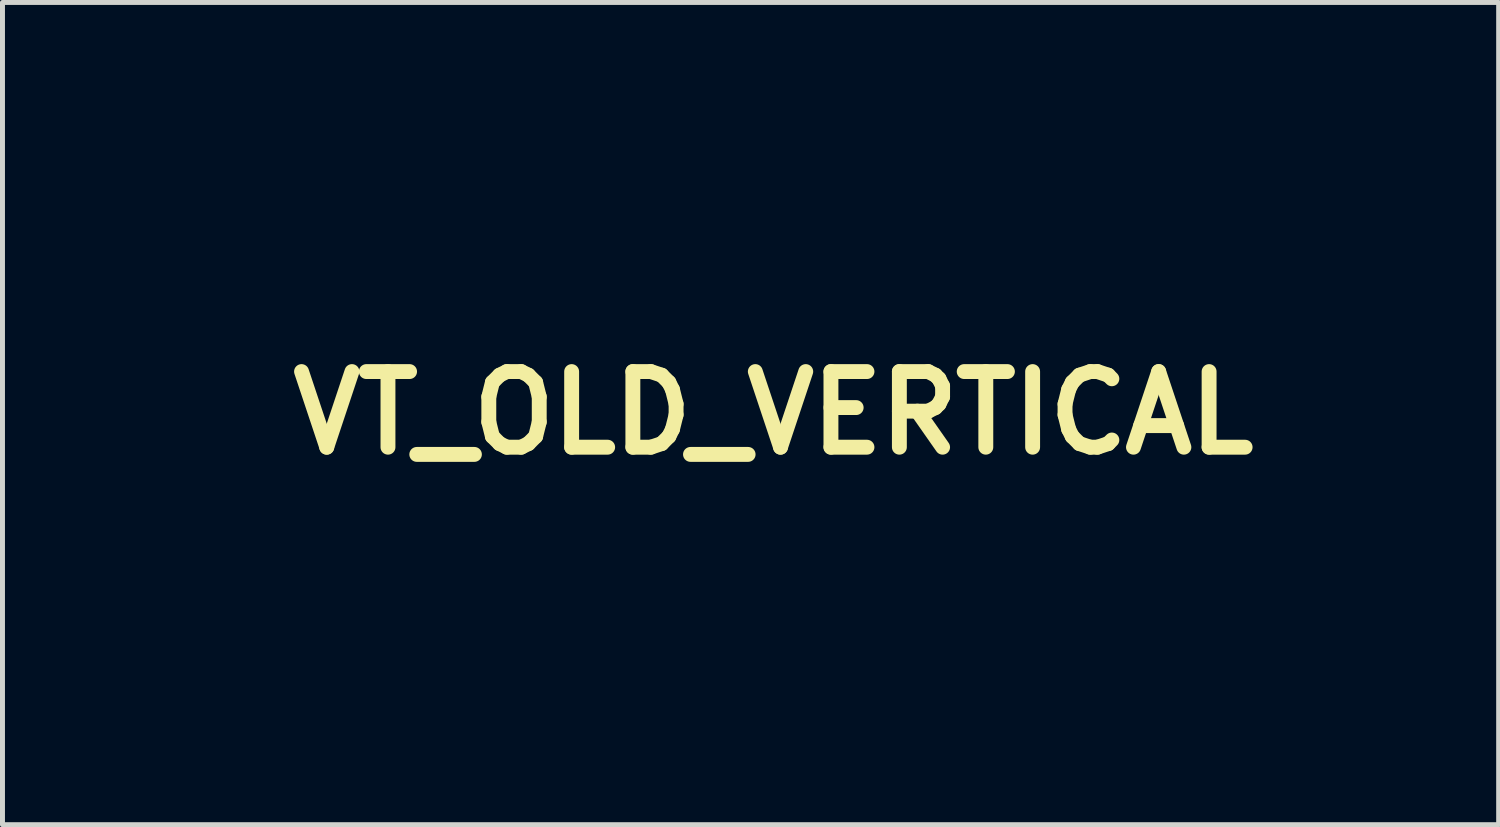
<source format=kicad_pcb>
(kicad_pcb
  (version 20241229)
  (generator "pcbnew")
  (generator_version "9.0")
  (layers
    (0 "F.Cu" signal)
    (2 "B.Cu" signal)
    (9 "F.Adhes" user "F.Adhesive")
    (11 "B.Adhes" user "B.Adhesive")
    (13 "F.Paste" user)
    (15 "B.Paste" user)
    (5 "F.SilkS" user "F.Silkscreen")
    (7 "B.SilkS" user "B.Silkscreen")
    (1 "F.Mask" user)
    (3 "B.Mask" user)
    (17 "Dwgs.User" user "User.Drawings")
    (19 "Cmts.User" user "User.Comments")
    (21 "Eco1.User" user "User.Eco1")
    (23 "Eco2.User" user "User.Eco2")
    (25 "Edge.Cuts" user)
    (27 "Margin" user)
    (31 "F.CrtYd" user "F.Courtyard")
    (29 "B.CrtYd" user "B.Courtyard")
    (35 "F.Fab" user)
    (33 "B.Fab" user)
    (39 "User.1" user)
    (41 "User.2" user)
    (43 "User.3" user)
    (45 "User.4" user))
  (footprint "VT_OLD_VERTICAL"
    (layer "F.Cu")
    (at 12.533 5.272)
    (property "Reference" "VT_OLD_VERTICAL" (at 0 0 0) (layer "F.SilkS") (effects (font (size 1.524 1.524) (thickness 0.3))))
    (attr through_hole)
    (fp_poly (pts (xy -0.898 3.654) (xy -0.9 3.755) (xy -0.917 3.777) (xy -1.014 3.803) (xy -1.081 3.747) (xy -1.13 3.643) (xy -1.086 3.591) (xy -0.976 3.581) (xy -0.898 3.654)) (stroke (width 0.01) (type solid)) (fill yes) (layer "F.Mask"))
    (fp_poly (pts (xy -0.88 3.227) (xy -0.871 3.27) (xy -0.924 3.329) (xy -1.034 3.329) (xy -1.122 3.271) (xy -1.113 3.178) (xy -1.09 3.158) (xy -0.969 3.148) (xy -0.88 3.227)) (stroke (width 0.01) (type solid)) (fill yes) (layer "F.Mask"))
    (fp_poly (pts (xy -8.545 -5.249) (xy -8.49 -5.145) (xy -8.504 -4.987) (xy -8.573 -4.842) (xy -8.631 -4.792) (xy -8.807 -4.724) (xy -8.899 -4.767) (xy -8.926 -4.93) (xy -8.926 -4.937) (xy -8.89 -5.122) (xy -8.763 -5.219) (xy -8.763 -5.219) (xy -8.616 -5.255) (xy -8.545 -5.249)) (stroke (width 0.01) (type solid)) (fill yes) (layer "F.Mask"))
    (fp_poly (pts (xy -3.901 -5.249) (xy -3.846 -5.145) (xy -3.859 -4.987) (xy -3.929 -4.842) (xy -3.987 -4.792) (xy -4.163 -4.724) (xy -4.255 -4.767) (xy -4.282 -4.93) (xy -4.282 -4.937) (xy -4.245 -5.122) (xy -4.119 -5.219) (xy -4.118 -5.219) (xy -3.971 -5.255) (xy -3.901 -5.249)) (stroke (width 0.01) (type solid)) (fill yes) (layer "F.Mask"))
    (fp_poly (pts (xy -0.066 -5.258) (xy -0.001 -5.146) (xy -0.03 -4.99) (xy -0.14 -4.846) (xy -0.161 -4.83) (xy -0.35 -4.729) (xy -0.463 -4.749) (xy -0.507 -4.893) (xy -0.508 -4.937) (xy -0.474 -5.116) (xy -0.348 -5.216) (xy -0.32 -5.227) (xy -0.16 -5.267) (xy -0.066 -5.258)) (stroke (width 0.01) (type solid)) (fill yes) (layer "F.Mask"))
    (fp_poly (pts (xy -3.83 -3.471) (xy -3.822 -3.064) (xy -3.811 -2.779) (xy -3.796 -2.595) (xy -3.77 -2.487) (xy -3.731 -2.434) (xy -3.675 -2.413) (xy -3.642 -2.407) (xy -3.512 -2.346) (xy -3.498 -2.262) (xy -3.539 -2.196) (xy -3.65 -2.154) (xy -3.86 -2.129) (xy -4.04 -2.12) (xy -4.3 -2.117) (xy -4.499 -2.13) (xy -4.595 -2.157) (xy -4.597 -2.159) (xy -4.595 -2.273) (xy -4.482 -2.382) (xy -4.409 -2.416) (xy -4.35 -2.456) (xy -4.312 -2.543) (xy -4.291 -2.703) (xy -4.283 -2.964) (xy -4.282 -3.185) (xy -4.286 -3.577) (xy -4.302 -3.846) (xy -4.335 -4.014) (xy -4.391 -4.103) (xy -4.473 -4.135) (xy -4.507 -4.137) (xy -4.621 -4.165) (xy -4.645 -4.2) (xy -4.575 -4.318) (xy -4.373 -4.412) (xy -4.157 -4.461) (xy -3.85 -4.512) (xy -3.83 -3.471)) (stroke (width 0.01) (type solid)) (fill yes) (layer "F.Mask"))
    (fp_poly (pts (xy -0.074 -4.463) (xy -0.068 -4.279) (xy -0.066 -4.004) (xy -0.067 -3.663) (xy -0.068 -3.589) (xy -0.07 -3.143) (xy -0.062 -2.822) (xy -0.04 -2.606) (xy 0.000419 -2.476) (xy 0.062 -2.413) (xy 0.148 -2.395) (xy 0.153 -2.395) (xy 0.269 -2.34) (xy 0.29 -2.25) (xy 0.277 -2.176) (xy 0.219 -2.132) (xy 0.084 -2.111) (xy -0.156 -2.105) (xy -0.254 -2.105) (xy -0.54 -2.11) (xy -0.708 -2.13) (xy -0.784 -2.17) (xy -0.798 -2.216) (xy -0.739 -2.332) (xy -0.671 -2.374) (xy -0.565 -2.428) (xy -0.497 -2.515) (xy -0.458 -2.665) (xy -0.441 -2.905) (xy -0.437 -3.216) (xy -0.449 -3.63) (xy -0.492 -3.913) (xy -0.567 -4.078) (xy -0.679 -4.136) (xy -0.692 -4.137) (xy -0.789 -4.175) (xy -0.789 -4.261) (xy -0.706 -4.351) (xy -0.599 -4.396) (xy -0.083 -4.528) (xy -0.074 -4.463)) (stroke (width 0.01) (type solid)) (fill yes) (layer "F.Mask"))
    (fp_poly (pts (xy 8.508 -0.566) (xy 8.732 -0.547) (xy 8.849 -0.51) (xy 8.898 -0.433) (xy 8.913 -0.349) (xy 8.918 -0.22) (xy 8.867 -0.183) (xy 8.721 -0.214) (xy 8.695 -0.222) (xy 8.343 -0.285) (xy 8.061 -0.26) (xy 7.883 -0.155) (xy 7.785 0.034) (xy 7.725 0.311) (xy 7.709 0.619) (xy 7.744 0.906) (xy 7.763 0.972) (xy 7.893 1.229) (xy 8.091 1.382) (xy 8.379 1.442) (xy 8.598 1.44) (xy 8.833 1.433) (xy 8.957 1.454) (xy 8.998 1.51) (xy 8.999 1.528) (xy 8.951 1.676) (xy 8.912 1.727) (xy 8.781 1.781) (xy 8.557 1.804) (xy 8.292 1.798) (xy 8.034 1.76) (xy 7.957 1.74) (xy 7.657 1.582) (xy 7.439 1.333) (xy 7.306 1.02) (xy 7.258 0.673) (xy 7.297 0.321) (xy 7.425 -0.008) (xy 7.643 -0.286) (xy 7.836 -0.426) (xy 8.095 -0.536) (xy 8.374 -0.57) (xy 8.508 -0.566)) (stroke (width 0.01) (type solid)) (fill yes) (layer "F.Mask"))
    (fp_poly (pts (xy -8.542 -4.472) (xy -8.514 -4.405) (xy -8.498 -4.266) (xy -8.492 -4.032) (xy -8.491 -3.68) (xy -8.491 -3.57) (xy -8.488 -3.13) (xy -8.478 -2.815) (xy -8.456 -2.604) (xy -8.418 -2.477) (xy -8.36 -2.414) (xy -8.279 -2.395) (xy -8.26 -2.395) (xy -8.15 -2.352) (xy -8.142 -2.268) (xy -8.179 -2.199) (xy -8.28 -2.156) (xy -8.475 -2.131) (xy -8.691 -2.12) (xy -8.967 -2.113) (xy -9.127 -2.125) (xy -9.2 -2.16) (xy -9.217 -2.217) (xy -9.156 -2.329) (xy -9.069 -2.374) (xy -9.006 -2.4) (xy -8.965 -2.453) (xy -8.943 -2.561) (xy -8.935 -2.749) (xy -8.937 -3.042) (xy -8.942 -3.253) (xy -8.952 -3.613) (xy -8.965 -3.854) (xy -8.987 -4.001) (xy -9.022 -4.081) (xy -9.078 -4.119) (xy -9.137 -4.135) (xy -9.258 -4.174) (xy -9.25 -4.234) (xy -9.186 -4.302) (xy -9.04 -4.401) (xy -8.939 -4.428) (xy -8.77 -4.447) (xy -8.654 -4.473) (xy -8.588 -4.487) (xy -8.542 -4.472)) (stroke (width 0.01) (type solid)) (fill yes) (layer "F.Mask"))
    (fp_poly (pts (xy 5.733 -1.098) (xy 5.719 -0.82) (xy 5.675 -0.668) (xy 5.631 -0.63) (xy 5.506 -0.625) (xy 5.449 -0.741) (xy 5.443 -0.835) (xy 5.378 -1.037) (xy 5.198 -1.174) (xy 4.922 -1.233) (xy 4.875 -1.234) (xy 4.572 -1.234) (xy 4.579 -0.091) (xy 4.584 0.41) (xy 4.595 0.785) (xy 4.616 1.055) (xy 4.652 1.239) (xy 4.706 1.357) (xy 4.783 1.429) (xy 4.888 1.475) (xy 4.919 1.485) (xy 5.077 1.557) (xy 5.152 1.64) (xy 5.153 1.648) (xy 5.115 1.691) (xy 4.992 1.72) (xy 4.762 1.736) (xy 4.41 1.742) (xy 4.348 1.742) (xy 3.975 1.737) (xy 3.731 1.722) (xy 3.602 1.695) (xy 3.573 1.655) (xy 3.573 1.655) (xy 3.658 1.575) (xy 3.809 1.513) (xy 3.979 1.443) (xy 4.075 1.364) (xy 4.094 1.263) (xy 4.111 1.043) (xy 4.125 0.73) (xy 4.133 0.348) (xy 4.135 0.018) (xy 4.137 -1.234) (xy 3.814 -1.234) (xy 3.531 -1.183) (xy 3.343 -1.04) (xy 3.267 -0.82) (xy 3.266 -0.79) (xy 3.219 -0.675) (xy 3.12 -0.619) (xy 3.026 -0.647) (xy 3.005 -0.681) (xy 2.987 -0.808) (xy 2.985 -1.018) (xy 2.99 -1.133) (xy 3.012 -1.488) (xy 5.733 -1.527) (xy 5.733 -1.098)) (stroke (width 0.01) (type solid)) (fill yes) (layer "F.Mask"))
    (fp_poly (pts (xy 6.622 -0.529) (xy 6.892 -0.37) (xy 7.072 -0.099) (xy 7.156 0.213) (xy 7.203 0.508) (xy 5.661 0.508) (xy 5.661 0.768) (xy 5.702 1) (xy 5.844 1.209) (xy 5.882 1.249) (xy 6.007 1.365) (xy 6.119 1.428) (xy 6.265 1.45) (xy 6.491 1.442) (xy 6.61 1.434) (xy 6.873 1.418) (xy 7.02 1.42) (xy 7.08 1.449) (xy 7.08 1.512) (xy 7.069 1.552) (xy 7.037 1.653) (xy 6.996 1.713) (xy 6.911 1.745) (xy 6.746 1.764) (xy 6.524 1.782) (xy 6.129 1.785) (xy 5.85 1.722) (xy 5.836 1.716) (xy 5.536 1.512) (xy 5.333 1.236) (xy 5.222 0.913) (xy 5.199 0.57) (xy 5.258 0.23) (xy 5.296 0.144) (xy 5.661 0.144) (xy 5.686 0.25) (xy 5.79 0.272) (xy 5.86 0.262) (xy 6.065 0.24) (xy 6.317 0.225) (xy 6.368 0.224) (xy 6.563 0.211) (xy 6.653 0.166) (xy 6.676 0.067) (xy 6.677 0.045) (xy 6.612 -0.128) (xy 6.451 -0.275) (xy 6.241 -0.357) (xy 6.168 -0.363) (xy 5.993 -0.303) (xy 5.818 -0.158) (xy 5.692 0.022) (xy 5.661 0.144) (xy 5.296 0.144) (xy 5.396 -0.08) (xy 5.608 -0.335) (xy 5.888 -0.511) (xy 6.233 -0.58) (xy 6.256 -0.58) (xy 6.622 -0.529)) (stroke (width 0.01) (type solid)) (fill yes) (layer "F.Mask"))
    (fp_poly (pts (xy 1.521 -4.525) (xy 1.784 -4.458) (xy 1.976 -4.35) (xy 2.033 -4.281) (xy 2.061 -4.157) (xy 2.084 -3.923) (xy 2.1 -3.613) (xy 2.105 -3.3) (xy 2.106 -2.937) (xy 2.114 -2.694) (xy 2.132 -2.545) (xy 2.166 -2.464) (xy 2.218 -2.426) (xy 2.253 -2.415) (xy 2.381 -2.347) (xy 2.386 -2.259) (xy 2.287 -2.176) (xy 2.1 -2.124) (xy 2.05 -2.119) (xy 1.838 -2.12) (xy 1.741 -2.178) (xy 1.73 -2.312) (xy 1.735 -2.347) (xy 1.692 -2.352) (xy 1.572 -2.285) (xy 1.544 -2.267) (xy 1.222 -2.112) (xy 0.892 -2.082) (xy 0.835 -2.091) (xy 0.604 -2.2) (xy 0.433 -2.4) (xy 0.363 -2.64) (xy 0.363 -2.648) (xy 0.383 -2.725) (xy 0.798 -2.725) (xy 0.855 -2.53) (xy 0.999 -2.419) (xy 1.197 -2.4) (xy 1.41 -2.481) (xy 1.501 -2.553) (xy 1.613 -2.699) (xy 1.662 -2.894) (xy 1.669 -3.062) (xy 1.669 -3.414) (xy 1.361 -3.259) (xy 1.06 -3.089) (xy 0.881 -2.938) (xy 0.804 -2.787) (xy 0.798 -2.725) (xy 0.383 -2.725) (xy 0.425 -2.886) (xy 0.615 -3.108) (xy 0.941 -3.321) (xy 1.216 -3.452) (xy 1.459 -3.563) (xy 1.596 -3.651) (xy 1.656 -3.742) (xy 1.669 -3.853) (xy 1.625 -4.04) (xy 1.485 -4.151) (xy 1.236 -4.19) (xy 0.936 -4.172) (xy 0.684 -4.148) (xy 0.553 -4.157) (xy 0.521 -4.212) (xy 0.564 -4.322) (xy 0.579 -4.35) (xy 0.714 -4.465) (xy 0.944 -4.53) (xy 1.227 -4.55) (xy 1.521 -4.525)) (stroke (width 0.01) (type solid)) (fill yes) (layer "F.Mask"))
    (fp_poly (pts (xy -9.486 -5.219) (xy -9.271 -5.203) (xy -9.155 -5.18) (xy -9.144 -5.169) (xy -9.171 -5.081) (xy -9.241 -4.894) (xy -9.342 -4.646) (xy -9.374 -4.571) (xy -9.478 -4.313) (xy -9.613 -3.956) (xy -9.768 -3.536) (xy -9.927 -3.092) (xy -10.019 -2.83) (xy -10.433 -1.633) (xy -10.696 -1.61) (xy -10.879 -1.61) (xy -10.976 -1.671) (xy -11.034 -1.792) (xy -11.096 -1.962) (xy -11.189 -2.215) (xy -11.291 -2.496) (xy -11.294 -2.504) (xy -11.527 -3.138) (xy -11.722 -3.648) (xy -11.885 -4.051) (xy -12.022 -4.36) (xy -12.141 -4.591) (xy -12.249 -4.758) (xy -12.352 -4.875) (xy -12.389 -4.909) (xy -12.507 -5.029) (xy -12.528 -5.116) (xy -12.439 -5.174) (xy -12.232 -5.209) (xy -11.895 -5.224) (xy -11.68 -5.225) (xy -11.322 -5.222) (xy -11.086 -5.21) (xy -10.951 -5.186) (xy -10.893 -5.148) (xy -10.886 -5.12) (xy -10.952 -5.032) (xy -11.127 -4.969) (xy -11.137 -4.967) (xy -11.309 -4.927) (xy -11.424 -4.87) (xy -11.484 -4.776) (xy -11.49 -4.623) (xy -11.443 -4.392) (xy -11.344 -4.062) (xy -11.218 -3.679) (xy -11.086 -3.291) (xy -10.96 -2.929) (xy -10.85 -2.627) (xy -10.77 -2.417) (xy -10.751 -2.372) (xy -10.63 -2.095) (xy -10.205 -3.358) (xy -10.052 -3.819) (xy -9.944 -4.164) (xy -9.875 -4.412) (xy -9.842 -4.583) (xy -9.839 -4.698) (xy -9.862 -4.775) (xy -9.864 -4.778) (xy -9.968 -4.903) (xy -10.054 -4.944) (xy -10.214 -4.959) (xy -10.25 -4.962) (xy -10.338 -5.031) (xy -10.364 -5.098) (xy -10.361 -5.16) (xy -10.305 -5.198) (xy -10.171 -5.217) (xy -9.931 -5.225) (xy -9.766 -5.225) (xy -9.486 -5.219)) (stroke (width 0.01) (type solid)) (fill yes) (layer "F.Mask"))
    (fp_poly (pts (xy -1.616 -4.494) (xy -1.436 -4.418) (xy -1.31 -4.311) (xy -1.229 -4.15) (xy -1.183 -3.91) (xy -1.164 -3.565) (xy -1.161 -3.279) (xy -1.159 -2.922) (xy -1.151 -2.683) (xy -1.132 -2.538) (xy -1.098 -2.461) (xy -1.043 -2.424) (xy -1.012 -2.415) (xy -0.899 -2.335) (xy -0.886 -2.258) (xy -0.963 -2.19) (xy -1.135 -2.14) (xy -1.36 -2.111) (xy -1.597 -2.105) (xy -1.802 -2.124) (xy -1.933 -2.17) (xy -1.959 -2.213) (xy -1.9 -2.331) (xy -1.832 -2.374) (xy -1.728 -2.427) (xy -1.659 -2.513) (xy -1.62 -2.66) (xy -1.602 -2.897) (xy -1.598 -3.234) (xy -1.607 -3.62) (xy -1.644 -3.885) (xy -1.719 -4.048) (xy -1.844 -4.133) (xy -2.029 -4.16) (xy -2.069 -4.161) (xy -2.333 -4.101) (xy -2.523 -3.919) (xy -2.639 -3.616) (xy -2.681 -3.188) (xy -2.672 -2.874) (xy -2.641 -2.634) (xy -2.563 -2.491) (xy -2.405 -2.4) (xy -2.296 -2.363) (xy -2.205 -2.31) (xy -2.244 -2.22) (xy -2.25 -2.213) (xy -2.365 -2.153) (xy -2.564 -2.114) (xy -2.807 -2.097) (xy -3.053 -2.101) (xy -3.26 -2.127) (xy -3.389 -2.174) (xy -3.411 -2.211) (xy -3.353 -2.326) (xy -3.266 -2.395) (xy -3.199 -2.445) (xy -3.156 -2.527) (xy -3.132 -2.672) (xy -3.122 -2.909) (xy -3.121 -3.19) (xy -3.125 -3.586) (xy -3.142 -3.857) (xy -3.176 -4.026) (xy -3.229 -4.112) (xy -3.308 -4.137) (xy -3.31 -4.137) (xy -3.409 -4.168) (xy -3.402 -4.244) (xy -3.306 -4.335) (xy -3.14 -4.412) (xy -3.13 -4.415) (xy -2.89 -4.48) (xy -2.755 -4.486) (xy -2.697 -4.427) (xy -2.685 -4.305) (xy -2.685 -4.111) (xy -2.515 -4.271) (xy -2.228 -4.456) (xy -1.9 -4.53) (xy -1.616 -4.494)) (stroke (width 0.01) (type solid)) (fill yes) (layer "F.Mask"))
    (fp_poly (pts (xy 9.783 -1.819) (xy 9.791 -1.635) (xy 9.795 -1.363) (xy 9.797 -1.054) (xy 9.797 -0.222) (xy 10.061 -0.401) (xy 10.375 -0.549) (xy 10.685 -0.579) (xy 10.958 -0.491) (xy 11.07 -0.402) (xy 11.152 -0.311) (xy 11.204 -0.209) (xy 11.233 -0.065) (xy 11.246 0.156) (xy 11.249 0.487) (xy 11.249 0.509) (xy 11.259 0.94) (xy 11.294 1.242) (xy 11.355 1.428) (xy 11.448 1.514) (xy 11.505 1.524) (xy 11.599 1.582) (xy 11.611 1.633) (xy 11.584 1.689) (xy 11.485 1.722) (xy 11.288 1.738) (xy 11.031 1.742) (xy 10.71 1.732) (xy 10.513 1.704) (xy 10.45 1.662) (xy 10.511 1.583) (xy 10.601 1.544) (xy 10.735 1.462) (xy 10.823 1.289) (xy 10.872 1.006) (xy 10.886 0.628) (xy 10.864 0.246) (xy 10.795 -0.012) (xy 10.67 -0.161) (xy 10.482 -0.217) (xy 10.441 -0.218) (xy 10.181 -0.176) (xy 9.994 -0.043) (xy 9.873 0.195) (xy 9.81 0.548) (xy 9.798 0.884) (xy 9.831 1.221) (xy 9.931 1.435) (xy 10.095 1.522) (xy 10.129 1.524) (xy 10.221 1.582) (xy 10.233 1.633) (xy 10.205 1.689) (xy 10.106 1.722) (xy 9.909 1.738) (xy 9.652 1.742) (xy 9.348 1.736) (xy 9.166 1.715) (xy 9.083 1.675) (xy 9.071 1.641) (xy 9.132 1.544) (xy 9.217 1.503) (xy 9.266 1.483) (xy 9.303 1.441) (xy 9.329 1.358) (xy 9.346 1.213) (xy 9.356 0.988) (xy 9.36 0.663) (xy 9.362 0.218) (xy 9.362 0.041) (xy 9.362 -1.382) (xy 9.149 -1.425) (xy 8.997 -1.484) (xy 8.98 -1.566) (xy 9.09 -1.661) (xy 9.32 -1.758) (xy 9.382 -1.777) (xy 9.593 -1.839) (xy 9.737 -1.878) (xy 9.774 -1.887) (xy 9.783 -1.819)) (stroke (width 0.01) (type solid)) (fill yes) (layer "F.Mask"))
    (fp_poly (pts (xy -0.342 -1.507) (xy 2.359 -1.488) (xy 2.397 2.395) (xy 1.669 2.395) (xy 1.669 -1.306) (xy 0.943 -1.306) (xy 0.943 2.395) (xy -1.669 2.395) (xy -1.669 -1.161) (xy -1.524 -1.161) (xy -1.524 2.322) (xy -1.161 2.322) (xy -1.161 0.508) (xy -1.016 0.508) (xy -1.013 1.075) (xy -1.002 1.505) (xy -0.983 1.803) (xy -0.955 1.977) (xy -0.918 2.034) (xy -0.87 1.98) (xy -0.842 1.917) (xy -0.828 1.814) (xy -0.435 1.814) (xy -0.38 1.885) (xy -0.363 1.887) (xy -0.292 1.832) (xy -0.29 1.814) (xy -0.346 1.744) (xy -0.363 1.742) (xy -0.433 1.797) (xy -0.435 1.814) (xy -0.828 1.814) (xy -0.827 1.804) (xy -0.815 1.575) (xy -0.806 1.26) (xy -0.801 0.888) (xy -0.799 0.508) (xy -0.695 0.508) (xy -0.694 0.891) (xy -0.691 1.17) (xy -0.687 1.336) (xy -0.681 1.38) (xy -0.675 1.292) (xy -0.672 1.216) (xy -0.663 0.794) (xy -0.663 0.508) (xy -0.042 0.508) (xy -0.041 0.891) (xy -0.038 1.17) (xy -0.034 1.336) (xy -0.028 1.38) (xy -0.021 1.292) (xy -0.018 1.216) (xy -0.01 0.794) (xy -0.01 0.508) (xy 0.073 0.508) (xy 0.074 1.022) (xy 0.078 1.409) (xy 0.087 1.685) (xy 0.102 1.868) (xy 0.124 1.975) (xy 0.154 2.024) (xy 0.181 2.032) (xy 0.218 2.015) (xy 0.246 1.951) (xy 0.266 1.824) (xy 0.279 1.615) (xy 0.286 1.309) (xy 0.29 0.886) (xy 0.29 0.508) (xy 0.289 -0.006) (xy 0.284 -0.393) (xy 0.275 -0.669) (xy 0.261 -0.852) (xy 0.239 -0.959) (xy 0.208 -1.008) (xy 0.181 -1.016) (xy 0.145 -0.999) (xy 0.117 -0.935) (xy 0.097 -0.808) (xy 0.084 -0.599) (xy 0.077 -0.293) (xy 0.073 0.13) (xy 0.073 0.508) (xy -0.01 0.508) (xy -0.009 0.317) (xy -0.016 -0.123) (xy -0.018 -0.2) (xy -0.025 -0.344) (xy -0.032 -0.354) (xy -0.037 -0.236) (xy -0.04 -0.002) (xy -0.042 0.34) (xy -0.042 0.508) (xy -0.663 0.508) (xy -0.662 0.317) (xy -0.669 -0.123) (xy -0.672 -0.2) (xy -0.679 -0.344) (xy -0.685 -0.354) (xy -0.69 -0.236) (xy -0.693 -0.002) (xy -0.695 0.34) (xy -0.695 0.508) (xy -0.799 0.508) (xy -0.799 0.487) (xy -0.801 0.089) (xy -0.807 -0.279) (xy -0.816 -0.587) (xy -0.828 -0.805) (xy -0.842 -0.901) (xy -0.896 -1.005) (xy -0.939 -1.002) (xy -0.971 -0.885) (xy -0.994 -0.648) (xy -1.009 -0.282) (xy -1.015 0.219) (xy -1.016 0.508) (xy -1.161 0.508) (xy -1.161 -1.161) (xy 0.435 -1.161) (xy 0.435 2.322) (xy 0.798 2.322) (xy 0.798 -1.161) (xy 0.435 -1.161) (xy -1.161 -1.161) (xy -1.524 -1.161) (xy -1.669 -1.161) (xy -1.669 -1.306) (xy -2.395 -1.306) (xy -2.395 2.395) (xy -2.74 2.395) (xy -3.084 2.395) (xy -3.064 0.435) (xy -3.043 -1.526) (xy -0.342 -1.507)) (stroke (width 0.01) (type solid)) (fill yes) (layer "F.Mask"))
    (fp_poly (pts (xy 2.38 3.145) (xy 2.388 3.452) (xy 2.376 3.692) (xy 2.328 3.883) (xy 2.227 4.043) (xy 2.058 4.189) (xy 1.805 4.34) (xy 1.452 4.514) (xy 0.983 4.727) (xy 0.955 4.74) (xy 0.559 4.915) (xy 0.205 5.068) (xy -0.084 5.187) (xy -0.286 5.265) (xy -0.378 5.292) (xy -0.493 5.259) (xy -0.687 5.183) (xy -0.835 5.118) (xy -1.045 5.022) (xy -1.346 4.886) (xy -1.699 4.727) (xy -2.054 4.567) (xy -2.383 4.413) (xy -2.666 4.266) (xy -2.873 4.142) (xy -2.978 4.058) (xy -2.982 4.051) (xy -3.012 3.922) (xy -3.03 3.689) (xy -3.035 3.393) (xy -3.033 3.258) (xy -3.03 3.162) (xy -2.54 3.162) (xy -2.49 3.228) (xy -2.431 3.219) (xy -2.368 3.221) (xy -2.335 3.305) (xy -2.323 3.498) (xy -2.322 3.582) (xy -2.315 3.814) (xy -2.289 3.928) (xy -2.236 3.952) (xy -2.213 3.945) (xy -2.149 3.877) (xy -2.115 3.717) (xy -2.112 3.633) (xy -1.374 3.633) (xy -1.355 3.786) (xy -1.259 3.909) (xy -1.252 3.913) (xy -1.015 3.985) (xy -0.796 3.914) (xy -0.778 3.901) (xy -0.705 3.766) (xy -0.677 3.521) (xy -0.694 3.196) (xy -0.71 3.077) (xy -0.101 3.077) (xy -0.099 3.084) (xy -0.002 3.169) (xy 0.117 3.193) (xy 0.234 3.199) (xy 0.278 3.239) (xy 0.249 3.344) (xy 0.151 3.544) (xy 0.145 3.556) (xy 0.044 3.762) (xy 0.009 3.87) (xy 0.036 3.912) (xy 0.108 3.919) (xy 0.197 3.859) (xy 0.2 3.855) (xy 1.161 3.855) (xy 1.224 3.903) (xy 1.371 3.939) (xy 1.542 3.955) (xy 1.657 3.944) (xy 1.793 3.92) (xy 1.82 3.919) (xy 1.885 3.863) (xy 1.887 3.846) (xy 1.824 3.793) (xy 1.693 3.774) (xy 1.499 3.774) (xy 1.662 3.6) (xy 1.792 3.374) (xy 1.802 3.219) (xy 1.771 3.084) (xy 1.692 3.025) (xy 1.517 3.012) (xy 1.494 3.012) (xy 1.287 3.036) (xy 1.181 3.1) (xy 1.177 3.108) (xy 1.203 3.183) (xy 1.28 3.191) (xy 1.502 3.193) (xy 1.594 3.259) (xy 1.556 3.389) (xy 1.388 3.583) (xy 1.379 3.592) (xy 1.243 3.734) (xy 1.167 3.837) (xy 1.161 3.855) (xy 0.2 3.855) (xy 0.315 3.704) (xy 0.398 3.558) (xy 0.527 3.285) (xy 0.575 3.113) (xy 0.533 3.02) (xy 0.396 2.982) (xy 0.22 2.975) (xy 0.005 2.984) (xy -0.093 3.015) (xy -0.101 3.077) (xy -0.71 3.077) (xy -0.717 3.03) (xy -0.787 2.993) (xy -0.947 2.976) (xy -0.971 2.975) (xy -1.203 3.015) (xy -1.329 3.121) (xy -1.333 3.279) (xy -1.311 3.329) (xy -1.273 3.473) (xy -1.306 3.52) (xy -1.374 3.633) (xy -2.112 3.633) (xy -2.105 3.44) (xy -2.105 3.439) (xy -2.113 3.173) (xy -2.142 3.027) (xy -2.196 2.976) (xy -2.207 2.975) (xy -2.402 3.012) (xy -2.522 3.103) (xy -2.54 3.162) (xy -3.03 3.162) (xy -3.012 2.598) (xy 2.359 2.598) (xy 2.38 3.145)) (stroke (width 0.01) (type solid)) (fill yes) (layer "F.Mask"))
    (fp_poly (pts (xy -6.479 -4.544) (xy -6.485 -4.467) (xy -6.533 -4.315) (xy -6.534 -4.31) (xy -6.614 -4.1) (xy -6.396 -4.309) (xy -6.208 -4.453) (xy -6.005 -4.507) (xy -5.865 -4.51) (xy -5.615 -4.505) (xy -5.302 -4.501) (xy -5.091 -4.499) (xy -4.84 -4.492) (xy -4.707 -4.47) (xy -4.665 -4.426) (xy -4.674 -4.383) (xy -4.712 -4.268) (xy -4.717 -4.239) (xy -4.779 -4.216) (xy -4.886 -4.209) (xy -4.984 -4.198) (xy -5.03 -4.142) (xy -5.038 -4.004) (xy -5.028 -3.828) (xy -5.027 -3.543) (xy -5.084 -3.328) (xy -5.15 -3.207) (xy -5.368 -2.979) (xy -5.665 -2.818) (xy -5.977 -2.758) (xy -6.123 -2.717) (xy -6.208 -2.623) (xy -6.196 -2.52) (xy -6.188 -2.511) (xy -6.099 -2.49) (xy -5.904 -2.475) (xy -5.64 -2.468) (xy -5.573 -2.467) (xy -5.277 -2.463) (xy -5.085 -2.442) (xy -4.955 -2.396) (xy -4.847 -2.313) (xy -4.814 -2.281) (xy -4.686 -2.118) (xy -4.656 -1.947) (xy -4.669 -1.835) (xy -4.788 -1.53) (xy -5.018 -1.281) (xy -5.335 -1.101) (xy -5.711 -1.004) (xy -6.12 -1.003) (xy -6.274 -1.029) (xy -6.568 -1.129) (xy -6.742 -1.282) (xy -6.816 -1.513) (xy -6.822 -1.633) (xy -6.807 -1.742) (xy -6.453 -1.742) (xy -6.356 -1.531) (xy -6.339 -1.512) (xy -6.187 -1.43) (xy -5.945 -1.385) (xy -5.664 -1.379) (xy -5.395 -1.415) (xy -5.225 -1.472) (xy -5.073 -1.609) (xy -5.017 -1.786) (xy -5.067 -1.953) (xy -5.123 -2.01) (xy -5.271 -2.066) (xy -5.5 -2.1) (xy -5.769 -2.111) (xy -6.035 -2.1) (xy -6.257 -2.068) (xy -6.394 -2.016) (xy -6.415 -1.99) (xy -6.453 -1.742) (xy -6.807 -1.742) (xy -6.786 -1.9) (xy -6.675 -2.07) (xy -6.579 -2.198) (xy -6.602 -2.277) (xy -6.672 -2.425) (xy -6.601 -2.592) (xy -6.504 -2.691) (xy -6.331 -2.841) (xy -6.512 -3.022) (xy -6.614 -3.142) (xy -6.664 -3.27) (xy -6.672 -3.457) (xy -6.662 -3.634) (xy -6.658 -3.701) (xy -6.314 -3.701) (xy -6.3 -3.467) (xy -6.242 -3.318) (xy -6.118 -3.195) (xy -6.118 -3.195) (xy -5.885 -3.078) (xy -5.667 -3.083) (xy -5.495 -3.209) (xy -5.46 -3.266) (xy -5.41 -3.445) (xy -5.395 -3.683) (xy -5.413 -3.92) (xy -5.462 -4.098) (xy -5.49 -4.141) (xy -5.6 -4.194) (xy -5.786 -4.241) (xy -5.817 -4.246) (xy -6.061 -4.246) (xy -6.218 -4.144) (xy -6.298 -3.93) (xy -6.314 -3.701) (xy -6.658 -3.701) (xy -6.648 -3.873) (xy -6.657 -4.001) (xy -6.705 -4.054) (xy -6.803 -4.064) (xy -6.834 -4.064) (xy -7.036 -4.004) (xy -7.182 -3.822) (xy -7.277 -3.511) (xy -7.311 -3.236) (xy -7.328 -2.853) (xy -7.302 -2.596) (xy -7.229 -2.448) (xy -7.107 -2.396) (xy -7.086 -2.395) (xy -6.908 -2.367) (xy -6.854 -2.279) (xy -6.871 -2.206) (xy -6.936 -2.151) (xy -7.093 -2.119) (xy -7.366 -2.105) (xy -7.483 -2.105) (xy -7.775 -2.109) (xy -7.95 -2.127) (xy -8.034 -2.163) (xy -8.055 -2.22) (xy -7.994 -2.33) (xy -7.908 -2.374) (xy -7.845 -2.4) (xy -7.804 -2.453) (xy -7.782 -2.561) (xy -7.773 -2.748) (xy -7.776 -3.04) (xy -7.781 -3.257) (xy -7.791 -3.617) (xy -7.804 -3.858) (xy -7.825 -4.004) (xy -7.86 -4.081) (xy -7.914 -4.114) (xy -7.965 -4.123) (xy -8.078 -4.161) (xy -8.071 -4.25) (xy -8.053 -4.287) (xy -7.93 -4.401) (xy -7.83 -4.427) (xy -7.642 -4.462) (xy -7.543 -4.502) (xy -7.455 -4.535) (xy -7.414 -4.491) (xy -7.402 -4.34) (xy -7.401 -4.266) (xy -7.401 -3.955) (xy -7.217 -4.189) (xy -7.077 -4.318) (xy -6.887 -4.438) (xy -6.692 -4.526) (xy -6.538 -4.561) (xy -6.479 -4.544)) (stroke (width 0.01) (type solid)) (fill yes) (layer "F.Mask")))
  (gr_rect
    (start -3 -3)
    (end 27.149 13.568)
    (stroke (width 0.1) (type default))
    (fill no)
    (layer "Edge.Cuts")))
</source>
